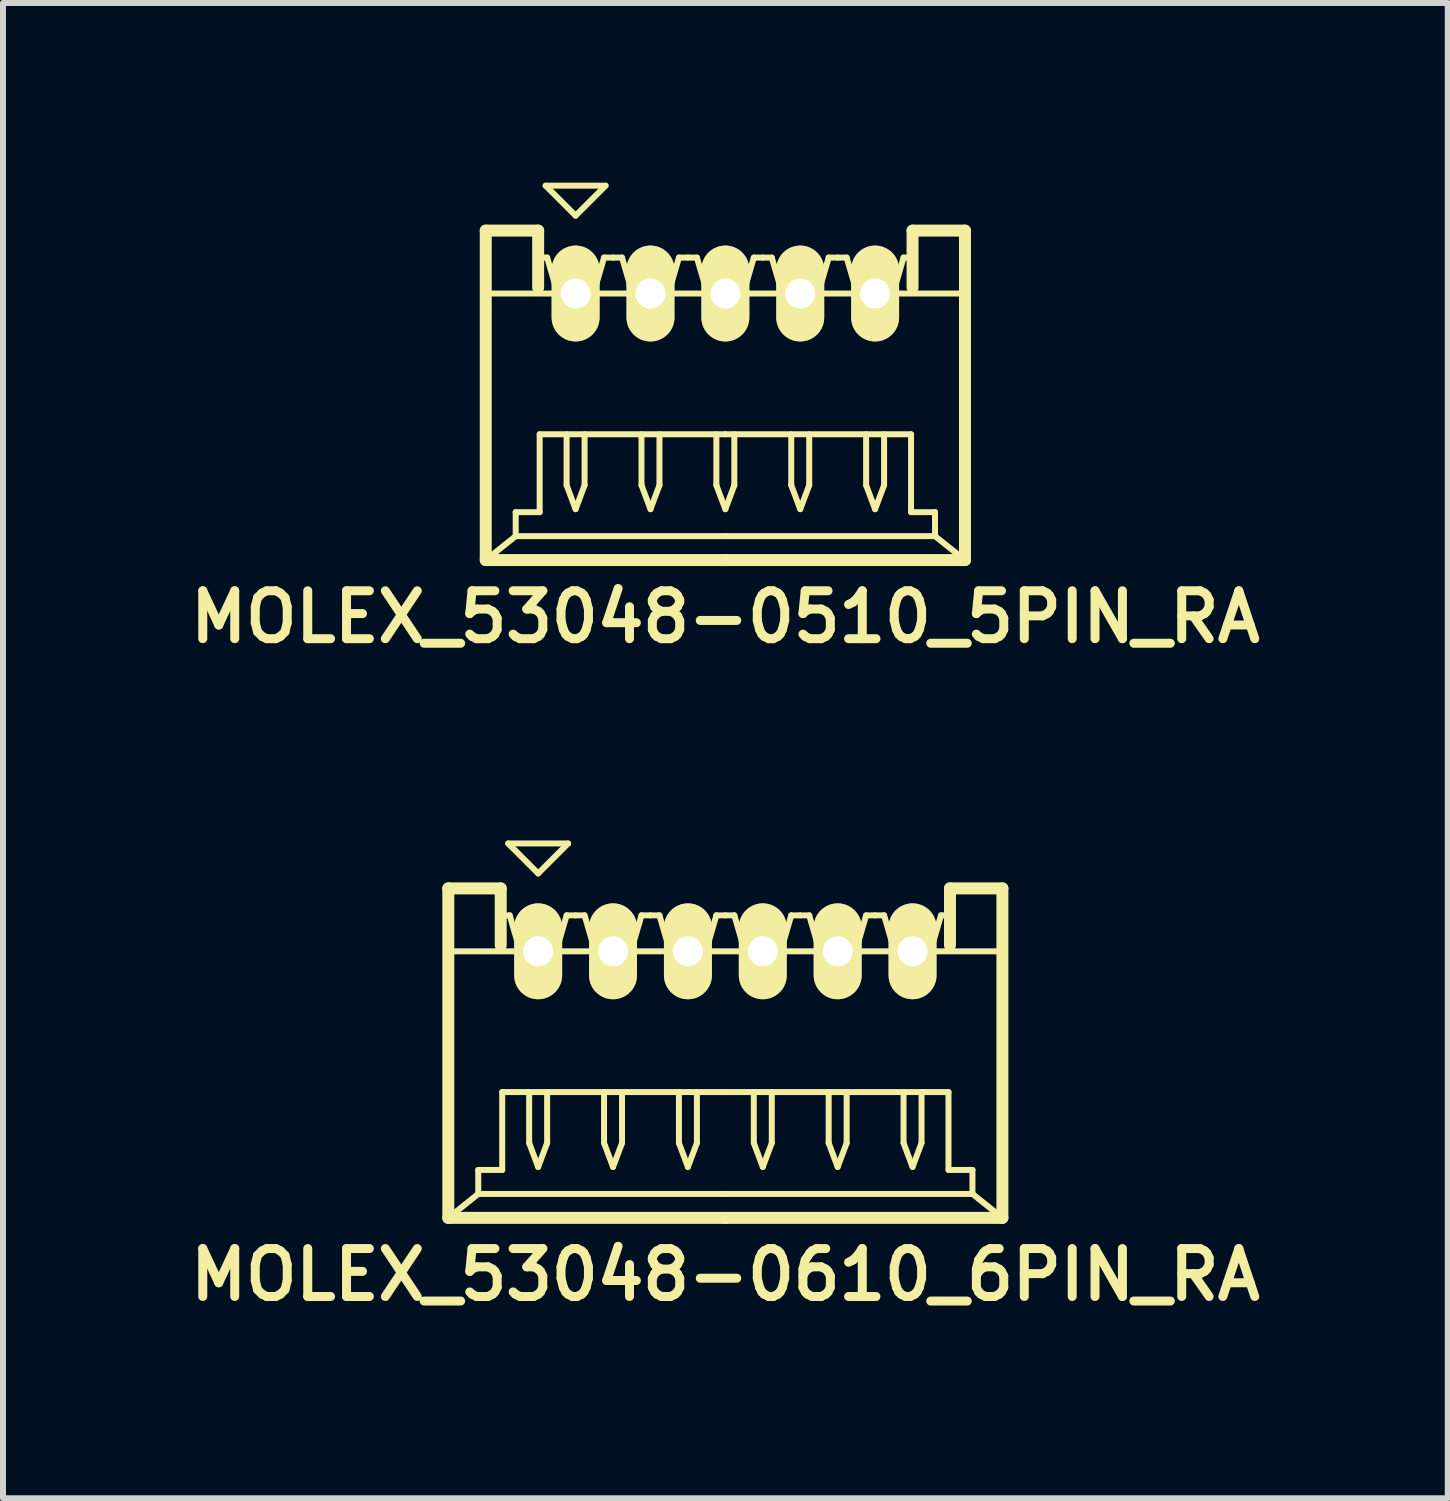
<source format=kicad_pcb>
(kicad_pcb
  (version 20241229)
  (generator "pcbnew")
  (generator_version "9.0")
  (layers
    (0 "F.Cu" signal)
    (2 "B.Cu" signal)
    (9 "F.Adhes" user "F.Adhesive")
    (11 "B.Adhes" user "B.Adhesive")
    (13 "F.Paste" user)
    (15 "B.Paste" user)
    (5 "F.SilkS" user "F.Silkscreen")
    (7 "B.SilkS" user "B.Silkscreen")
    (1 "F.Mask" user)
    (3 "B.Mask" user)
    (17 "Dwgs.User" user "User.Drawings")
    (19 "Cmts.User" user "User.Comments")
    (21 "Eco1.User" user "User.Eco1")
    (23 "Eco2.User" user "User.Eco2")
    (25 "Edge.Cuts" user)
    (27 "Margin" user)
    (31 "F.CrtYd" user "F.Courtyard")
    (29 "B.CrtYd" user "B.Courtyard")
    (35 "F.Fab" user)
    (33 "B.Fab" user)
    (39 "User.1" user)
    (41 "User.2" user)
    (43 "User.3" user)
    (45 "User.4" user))
  (footprint "MOLEX_53048-0510_5PIN_RA"
    (layer "F.Cu")
    (at 9.059 3.55)
    (property "Reference" "MOLEX_53048-0510_5PIN_RA" (at 0 3.7 0) (layer "F.SilkS") (effects (font (size 0.8 0.8) (thickness 0.15))))
    (attr through_hole)
    (fp_line (start -4 -2.75) (end -3.125 -2.75) (stroke (width 0.2) (type solid)) (layer "F.SilkS"))
    (fp_line (start -4 -1.7) (end 4 -1.7) (stroke (width 0.1) (type solid)) (layer "F.SilkS"))
    (fp_line (start -4 2.75) (end -4 -2.75) (stroke (width 0.2) (type solid)) (layer "F.SilkS"))
    (fp_line (start -3.5 1.95) (end -3.5 2.35) (stroke (width 0.1) (type solid)) (layer "F.SilkS"))
    (fp_line (start -3.5 2.35) (end -4 2.75) (stroke (width 0.1) (type solid)) (layer "F.SilkS"))
    (fp_line (start -3.5 2.35) (end 0 2.35) (stroke (width 0.1) (type solid)) (layer "F.SilkS"))
    (fp_line (start -3.125 -2.75) (end -3.125 -1.8) (stroke (width 0.2) (type solid)) (layer "F.SilkS"))
    (fp_line (start -3.125 -2.3) (end -2.975 -2.3) (stroke (width 0.1) (type solid)) (layer "F.SilkS"))
    (fp_line (start -3.1 0.65) (end -3.1 1.95) (stroke (width 0.1) (type solid)) (layer "F.SilkS"))
    (fp_line (start -3.1 1.95) (end -3.5 1.95) (stroke (width 0.1) (type solid)) (layer "F.SilkS"))
    (fp_line (start -3 -3.5) (end -2.5 -3) (stroke (width 0.1) (type solid)) (layer "F.SilkS"))
    (fp_line (start -2.975 -2.3) (end -2.8 -1.7) (stroke (width 0.1) (type solid)) (layer "F.SilkS"))
    (fp_line (start -2.8 -1.7) (end -2.2 -1.7) (stroke (width 0.1) (type solid)) (layer "F.SilkS"))
    (fp_line (start -2.65 0.65) (end -2.65 1.5) (stroke (width 0.1) (type solid)) (layer "F.SilkS"))
    (fp_line (start -2.65 1.5) (end -2.5 1.9) (stroke (width 0.1) (type solid)) (layer "F.SilkS"))
    (fp_line (start -2.5 -3) (end -2 -3.5) (stroke (width 0.1) (type solid)) (layer "F.SilkS"))
    (fp_line (start -2.5 1.9) (end -2.35 1.5) (stroke (width 0.1) (type solid)) (layer "F.SilkS"))
    (fp_line (start -2.35 1.5) (end -2.35 0.65) (stroke (width 0.1) (type solid)) (layer "F.SilkS"))
    (fp_line (start -2.2 -1.7) (end -2.025 -2.3) (stroke (width 0.1) (type solid)) (layer "F.SilkS"))
    (fp_line (start -2.025 -2.3) (end -1.875 -2.3) (stroke (width 0.1) (type solid)) (layer "F.SilkS"))
    (fp_line (start -2 -3.5) (end -3 -3.5) (stroke (width 0.1) (type solid)) (layer "F.SilkS"))
    (fp_line (start -1.875 -2.3) (end -1.725 -2.3) (stroke (width 0.1) (type solid)) (layer "F.SilkS"))
    (fp_line (start -1.725 -2.3) (end -1.55 -1.7) (stroke (width 0.1) (type solid)) (layer "F.SilkS"))
    (fp_line (start -1.55 -1.7) (end -0.95 -1.7) (stroke (width 0.1) (type solid)) (layer "F.SilkS"))
    (fp_line (start -1.4 0.65) (end -1.4 1.5) (stroke (width 0.1) (type solid)) (layer "F.SilkS"))
    (fp_line (start -1.4 1.5) (end -1.25 1.9) (stroke (width 0.1) (type solid)) (layer "F.SilkS"))
    (fp_line (start -1.25 1.9) (end -1.1 1.5) (stroke (width 0.1) (type solid)) (layer "F.SilkS"))
    (fp_line (start -1.1 1.5) (end -1.1 0.65) (stroke (width 0.1) (type solid)) (layer "F.SilkS"))
    (fp_line (start -0.95 -1.7) (end -0.775 -2.3) (stroke (width 0.1) (type solid)) (layer "F.SilkS"))
    (fp_line (start -0.775 -2.3) (end -0.625 -2.3) (stroke (width 0.1) (type solid)) (layer "F.SilkS"))
    (fp_line (start -0.625 -2.3) (end -0.475 -2.3) (stroke (width 0.1) (type solid)) (layer "F.SilkS"))
    (fp_line (start -0.475 -2.3) (end -0.3 -1.7) (stroke (width 0.1) (type solid)) (layer "F.SilkS"))
    (fp_line (start -0.3 -1.7) (end 0.3 -1.7) (stroke (width 0.1) (type solid)) (layer "F.SilkS"))
    (fp_line (start -0.15 0.65) (end -0.15 1.5) (stroke (width 0.1) (type solid)) (layer "F.SilkS"))
    (fp_line (start -0.15 1.5) (end 0 1.9) (stroke (width 0.1) (type solid)) (layer "F.SilkS"))
    (fp_line (start 0 0.65) (end -3.1 0.65) (stroke (width 0.1) (type solid)) (layer "F.SilkS"))
    (fp_line (start 0 0.65) (end 3.1 0.65) (stroke (width 0.1) (type solid)) (layer "F.SilkS"))
    (fp_line (start 0 1.9) (end 0.15 1.5) (stroke (width 0.1) (type solid)) (layer "F.SilkS"))
    (fp_line (start 0 2.75) (end -4 2.75) (stroke (width 0.2) (type solid)) (layer "F.SilkS"))
    (fp_line (start 0 2.75) (end 4 2.75) (stroke (width 0.2) (type solid)) (layer "F.SilkS"))
    (fp_line (start 0.15 1.5) (end 0.15 0.65) (stroke (width 0.1) (type solid)) (layer "F.SilkS"))
    (fp_line (start 0.3 -1.7) (end 0.475 -2.3) (stroke (width 0.1) (type solid)) (layer "F.SilkS"))
    (fp_line (start 0.475 -2.3) (end 0.625 -2.3) (stroke (width 0.1) (type solid)) (layer "F.SilkS"))
    (fp_line (start 0.625 -2.3) (end 0.775 -2.3) (stroke (width 0.1) (type solid)) (layer "F.SilkS"))
    (fp_line (start 0.775 -2.3) (end 0.95 -1.7) (stroke (width 0.1) (type solid)) (layer "F.SilkS"))
    (fp_line (start 0.95 -1.7) (end 1.55 -1.7) (stroke (width 0.1) (type solid)) (layer "F.SilkS"))
    (fp_line (start 1.1 0.65) (end 1.1 1.5) (stroke (width 0.1) (type solid)) (layer "F.SilkS"))
    (fp_line (start 1.1 1.5) (end 1.25 1.9) (stroke (width 0.1) (type solid)) (layer "F.SilkS"))
    (fp_line (start 1.25 1.9) (end 1.4 1.5) (stroke (width 0.1) (type solid)) (layer "F.SilkS"))
    (fp_line (start 1.4 1.5) (end 1.4 0.65) (stroke (width 0.1) (type solid)) (layer "F.SilkS"))
    (fp_line (start 1.55 -1.7) (end 1.725 -2.3) (stroke (width 0.1) (type solid)) (layer "F.SilkS"))
    (fp_line (start 1.725 -2.3) (end 1.875 -2.3) (stroke (width 0.1) (type solid)) (layer "F.SilkS"))
    (fp_line (start 1.875 -2.3) (end 2.025 -2.3) (stroke (width 0.1) (type solid)) (layer "F.SilkS"))
    (fp_line (start 2.025 -2.3) (end 2.2 -1.7) (stroke (width 0.1) (type solid)) (layer "F.SilkS"))
    (fp_line (start 2.2 -1.7) (end 2.8 -1.7) (stroke (width 0.1) (type solid)) (layer "F.SilkS"))
    (fp_line (start 2.35 0.65) (end 2.35 1.5) (stroke (width 0.1) (type solid)) (layer "F.SilkS"))
    (fp_line (start 2.35 1.5) (end 2.5 1.9) (stroke (width 0.1) (type solid)) (layer "F.SilkS"))
    (fp_line (start 2.5 1.9) (end 2.65 1.5) (stroke (width 0.1) (type solid)) (layer "F.SilkS"))
    (fp_line (start 2.65 1.5) (end 2.65 0.65) (stroke (width 0.1) (type solid)) (layer "F.SilkS"))
    (fp_line (start 2.8 -1.7) (end 2.975 -2.3) (stroke (width 0.1) (type solid)) (layer "F.SilkS"))
    (fp_line (start 2.975 -2.3) (end 3.125 -2.3) (stroke (width 0.1) (type solid)) (layer "F.SilkS"))
    (fp_line (start 3.1 0.65) (end 3.1 1.95) (stroke (width 0.1) (type solid)) (layer "F.SilkS"))
    (fp_line (start 3.1 1.95) (end 3.5 1.95) (stroke (width 0.1) (type solid)) (layer "F.SilkS"))
    (fp_line (start 3.125 -2.75) (end 3.125 -1.8) (stroke (width 0.2) (type solid)) (layer "F.SilkS"))
    (fp_line (start 3.5 1.95) (end 3.5 2.35) (stroke (width 0.1) (type solid)) (layer "F.SilkS"))
    (fp_line (start 3.5 2.35) (end 0 2.35) (stroke (width 0.1) (type solid)) (layer "F.SilkS"))
    (fp_line (start 3.5 2.35) (end 4 2.75) (stroke (width 0.1) (type solid)) (layer "F.SilkS"))
    (fp_line (start 4 -2.75) (end 3.125 -2.75) (stroke (width 0.2) (type solid)) (layer "F.SilkS"))
    (fp_line (start 4 2.75) (end 4 -2.75) (stroke (width 0.2) (type solid)) (layer "F.SilkS"))
    (pad "1" thru_hole oval (at -2.5 -1.7) (size 0.8 1.6) (drill 0.5) (layers "*.Cu" "*.Mask" "F.SilkS"))
    (pad "2" thru_hole oval (at -1.25 -1.7) (size 0.8 1.6) (drill 0.5) (layers "*.Cu" "*.Mask" "F.SilkS"))
    (pad "3" thru_hole oval (at 0 -1.7) (size 0.8 1.6) (drill 0.5) (layers "*.Cu" "*.Mask" "F.SilkS"))
    (pad "4" thru_hole oval (at 1.25 -1.7) (size 0.8 1.6) (drill 0.5) (layers "*.Cu" "*.Mask" "F.SilkS"))
    (pad "5" thru_hole oval (at 2.5 -1.7) (size 0.8 1.6) (drill 0.5) (layers "*.Cu" "*.Mask" "F.SilkS")))
  (footprint "MOLEX_53048-0610_6PIN_RA"
    (layer "F.Cu")
    (at 9.059 14.531)
    (property "Reference" "MOLEX_53048-0610_6PIN_RA" (at 0 3.7 0) (layer "F.SilkS") (effects (font (size 0.8 0.8) (thickness 0.15))))
    (attr through_hole)
    (fp_line (start -4.625 -2.75) (end -3.75 -2.75) (stroke (width 0.2) (type solid)) (layer "F.SilkS"))
    (fp_line (start -4.625 -1.7) (end 4.625 -1.7) (stroke (width 0.1) (type solid)) (layer "F.SilkS"))
    (fp_line (start -4.625 2.75) (end -4.625 -2.75) (stroke (width 0.2) (type solid)) (layer "F.SilkS"))
    (fp_line (start -4.125 1.95) (end -4.125 2.35) (stroke (width 0.1) (type solid)) (layer "F.SilkS"))
    (fp_line (start -4.125 2.35) (end -4.625 2.75) (stroke (width 0.1) (type solid)) (layer "F.SilkS"))
    (fp_line (start -4.125 2.35) (end 0 2.35) (stroke (width 0.1) (type solid)) (layer "F.SilkS"))
    (fp_line (start -3.75 -2.75) (end -3.75 -1.8) (stroke (width 0.2) (type solid)) (layer "F.SilkS"))
    (fp_line (start -3.75 -2.3) (end -3.6 -2.3) (stroke (width 0.1) (type solid)) (layer "F.SilkS"))
    (fp_line (start -3.725 0.65) (end -3.725 1.95) (stroke (width 0.1) (type solid)) (layer "F.SilkS"))
    (fp_line (start -3.725 1.95) (end -4.125 1.95) (stroke (width 0.1) (type solid)) (layer "F.SilkS"))
    (fp_line (start -3.625 -3.5) (end -3.125 -3) (stroke (width 0.1) (type solid)) (layer "F.SilkS"))
    (fp_line (start -3.6 -2.3) (end -3.425 -1.7) (stroke (width 0.1) (type solid)) (layer "F.SilkS"))
    (fp_line (start -3.425 -1.7) (end -2.825 -1.7) (stroke (width 0.1) (type solid)) (layer "F.SilkS"))
    (fp_line (start -3.275 0.65) (end -3.275 1.5) (stroke (width 0.1) (type solid)) (layer "F.SilkS"))
    (fp_line (start -3.275 1.5) (end -3.125 1.9) (stroke (width 0.1) (type solid)) (layer "F.SilkS"))
    (fp_line (start -3.125 -3) (end -2.625 -3.5) (stroke (width 0.1) (type solid)) (layer "F.SilkS"))
    (fp_line (start -3.125 1.9) (end -2.975 1.5) (stroke (width 0.1) (type solid)) (layer "F.SilkS"))
    (fp_line (start -2.975 1.5) (end -2.975 0.65) (stroke (width 0.1) (type solid)) (layer "F.SilkS"))
    (fp_line (start -2.825 -1.7) (end -2.65 -2.3) (stroke (width 0.1) (type solid)) (layer "F.SilkS"))
    (fp_line (start -2.65 -2.3) (end -2.5 -2.3) (stroke (width 0.1) (type solid)) (layer "F.SilkS"))
    (fp_line (start -2.625 -3.5) (end -3.625 -3.5) (stroke (width 0.1) (type solid)) (layer "F.SilkS"))
    (fp_line (start -2.5 -2.3) (end -2.35 -2.3) (stroke (width 0.1) (type solid)) (layer "F.SilkS"))
    (fp_line (start -2.35 -2.3) (end -2.175 -1.7) (stroke (width 0.1) (type solid)) (layer "F.SilkS"))
    (fp_line (start -2.175 -1.7) (end -1.575 -1.7) (stroke (width 0.1) (type solid)) (layer "F.SilkS"))
    (fp_line (start -2.025 0.65) (end -2.025 1.5) (stroke (width 0.1) (type solid)) (layer "F.SilkS"))
    (fp_line (start -2.025 1.5) (end -1.875 1.9) (stroke (width 0.1) (type solid)) (layer "F.SilkS"))
    (fp_line (start -1.875 1.9) (end -1.725 1.5) (stroke (width 0.1) (type solid)) (layer "F.SilkS"))
    (fp_line (start -1.725 1.5) (end -1.725 0.65) (stroke (width 0.1) (type solid)) (layer "F.SilkS"))
    (fp_line (start -1.575 -1.7) (end -1.4 -2.3) (stroke (width 0.1) (type solid)) (layer "F.SilkS"))
    (fp_line (start -1.4 -2.3) (end -1.25 -2.3) (stroke (width 0.1) (type solid)) (layer "F.SilkS"))
    (fp_line (start -1.25 -2.3) (end -1.1 -2.3) (stroke (width 0.1) (type solid)) (layer "F.SilkS"))
    (fp_line (start -1.1 -2.3) (end -0.925 -1.7) (stroke (width 0.1) (type solid)) (layer "F.SilkS"))
    (fp_line (start -0.925 -1.7) (end -0.325 -1.7) (stroke (width 0.1) (type solid)) (layer "F.SilkS"))
    (fp_line (start -0.775 0.65) (end -0.775 1.5) (stroke (width 0.1) (type solid)) (layer "F.SilkS"))
    (fp_line (start -0.775 1.5) (end -0.625 1.9) (stroke (width 0.1) (type solid)) (layer "F.SilkS"))
    (fp_line (start -0.625 1.9) (end -0.475 1.5) (stroke (width 0.1) (type solid)) (layer "F.SilkS"))
    (fp_line (start -0.475 1.5) (end -0.475 0.65) (stroke (width 0.1) (type solid)) (layer "F.SilkS"))
    (fp_line (start -0.325 -1.7) (end -0.15 -2.3) (stroke (width 0.1) (type solid)) (layer "F.SilkS"))
    (fp_line (start -0.15 -2.3) (end 0 -2.3) (stroke (width 0.1) (type solid)) (layer "F.SilkS"))
    (fp_line (start 0 -2.3) (end 0.15 -2.3) (stroke (width 0.1) (type solid)) (layer "F.SilkS"))
    (fp_line (start 0 0.65) (end -3.725 0.65) (stroke (width 0.1) (type solid)) (layer "F.SilkS"))
    (fp_line (start 0 0.65) (end 3.725 0.65) (stroke (width 0.1) (type solid)) (layer "F.SilkS"))
    (fp_line (start 0 2.75) (end -4.625 2.75) (stroke (width 0.2) (type solid)) (layer "F.SilkS"))
    (fp_line (start 0 2.75) (end 4.625 2.75) (stroke (width 0.2) (type solid)) (layer "F.SilkS"))
    (fp_line (start 0.15 -2.3) (end 0.325 -1.7) (stroke (width 0.1) (type solid)) (layer "F.SilkS"))
    (fp_line (start 0.325 -1.7) (end 0.925 -1.7) (stroke (width 0.1) (type solid)) (layer "F.SilkS"))
    (fp_line (start 0.475 0.65) (end 0.475 1.5) (stroke (width 0.1) (type solid)) (layer "F.SilkS"))
    (fp_line (start 0.475 1.5) (end 0.625 1.9) (stroke (width 0.1) (type solid)) (layer "F.SilkS"))
    (fp_line (start 0.625 1.9) (end 0.775 1.5) (stroke (width 0.1) (type solid)) (layer "F.SilkS"))
    (fp_line (start 0.775 1.5) (end 0.775 0.65) (stroke (width 0.1) (type solid)) (layer "F.SilkS"))
    (fp_line (start 0.925 -1.7) (end 1.1 -2.3) (stroke (width 0.1) (type solid)) (layer "F.SilkS"))
    (fp_line (start 1.1 -2.3) (end 1.25 -2.3) (stroke (width 0.1) (type solid)) (layer "F.SilkS"))
    (fp_line (start 1.25 -2.3) (end 1.4 -2.3) (stroke (width 0.1) (type solid)) (layer "F.SilkS"))
    (fp_line (start 1.4 -2.3) (end 1.575 -1.7) (stroke (width 0.1) (type solid)) (layer "F.SilkS"))
    (fp_line (start 1.575 -1.7) (end 2.175 -1.7) (stroke (width 0.1) (type solid)) (layer "F.SilkS"))
    (fp_line (start 1.725 0.65) (end 1.725 1.5) (stroke (width 0.1) (type solid)) (layer "F.SilkS"))
    (fp_line (start 1.725 1.5) (end 1.875 1.9) (stroke (width 0.1) (type solid)) (layer "F.SilkS"))
    (fp_line (start 1.875 1.9) (end 2.025 1.5) (stroke (width 0.1) (type solid)) (layer "F.SilkS"))
    (fp_line (start 2.025 1.5) (end 2.025 0.65) (stroke (width 0.1) (type solid)) (layer "F.SilkS"))
    (fp_line (start 2.175 -1.7) (end 2.35 -2.3) (stroke (width 0.1) (type solid)) (layer "F.SilkS"))
    (fp_line (start 2.35 -2.3) (end 2.5 -2.3) (stroke (width 0.1) (type solid)) (layer "F.SilkS"))
    (fp_line (start 2.5 -2.3) (end 2.65 -2.3) (stroke (width 0.1) (type solid)) (layer "F.SilkS"))
    (fp_line (start 2.65 -2.3) (end 2.825 -1.7) (stroke (width 0.1) (type solid)) (layer "F.SilkS"))
    (fp_line (start 2.825 -1.7) (end 3.425 -1.7) (stroke (width 0.1) (type solid)) (layer "F.SilkS"))
    (fp_line (start 2.975 0.65) (end 2.975 1.5) (stroke (width 0.1) (type solid)) (layer "F.SilkS"))
    (fp_line (start 2.975 1.5) (end 3.125 1.9) (stroke (width 0.1) (type solid)) (layer "F.SilkS"))
    (fp_line (start 3.125 1.9) (end 3.275 1.5) (stroke (width 0.1) (type solid)) (layer "F.SilkS"))
    (fp_line (start 3.275 1.5) (end 3.275 0.65) (stroke (width 0.1) (type solid)) (layer "F.SilkS"))
    (fp_line (start 3.425 -1.7) (end 3.6 -2.3) (stroke (width 0.1) (type solid)) (layer "F.SilkS"))
    (fp_line (start 3.6 -2.3) (end 3.75 -2.3) (stroke (width 0.1) (type solid)) (layer "F.SilkS"))
    (fp_line (start 3.725 0.65) (end 3.725 1.95) (stroke (width 0.1) (type solid)) (layer "F.SilkS"))
    (fp_line (start 3.725 1.95) (end 4.125 1.95) (stroke (width 0.1) (type solid)) (layer "F.SilkS"))
    (fp_line (start 3.75 -2.75) (end 3.75 -1.8) (stroke (width 0.2) (type solid)) (layer "F.SilkS"))
    (fp_line (start 4.125 1.95) (end 4.125 2.35) (stroke (width 0.1) (type solid)) (layer "F.SilkS"))
    (fp_line (start 4.125 2.35) (end 0 2.35) (stroke (width 0.1) (type solid)) (layer "F.SilkS"))
    (fp_line (start 4.125 2.35) (end 4.625 2.75) (stroke (width 0.1) (type solid)) (layer "F.SilkS"))
    (fp_line (start 4.625 -2.75) (end 3.75 -2.75) (stroke (width 0.2) (type solid)) (layer "F.SilkS"))
    (fp_line (start 4.625 2.75) (end 4.625 -2.75) (stroke (width 0.2) (type solid)) (layer "F.SilkS"))
    (pad "1" thru_hole oval (at -3.125 -1.7) (size 0.8 1.6) (drill 0.5) (layers "*.Cu" "*.Mask" "F.SilkS"))
    (pad "2" thru_hole oval (at -1.875 -1.7) (size 0.8 1.6) (drill 0.5) (layers "*.Cu" "*.Mask" "F.SilkS"))
    (pad "3" thru_hole oval (at -0.625 -1.7) (size 0.8 1.6) (drill 0.5) (layers "*.Cu" "*.Mask" "F.SilkS"))
    (pad "4" thru_hole oval (at 0.625 -1.7) (size 0.8 1.6) (drill 0.5) (layers "*.Cu" "*.Mask" "F.SilkS"))
    (pad "5" thru_hole oval (at 1.875 -1.7) (size 0.8 1.6) (drill 0.5) (layers "*.Cu" "*.Mask" "F.SilkS"))
    (pad "6" thru_hole oval (at 3.125 -1.7) (size 0.8 1.6) (drill 0.5) (layers "*.Cu" "*.Mask" "F.SilkS")))
  (gr_rect
    (start -3 -3)
    (end 21.119 21.962)
    (stroke (width 0.1) (type default))
    (fill no)
    (layer "Edge.Cuts")))
</source>
